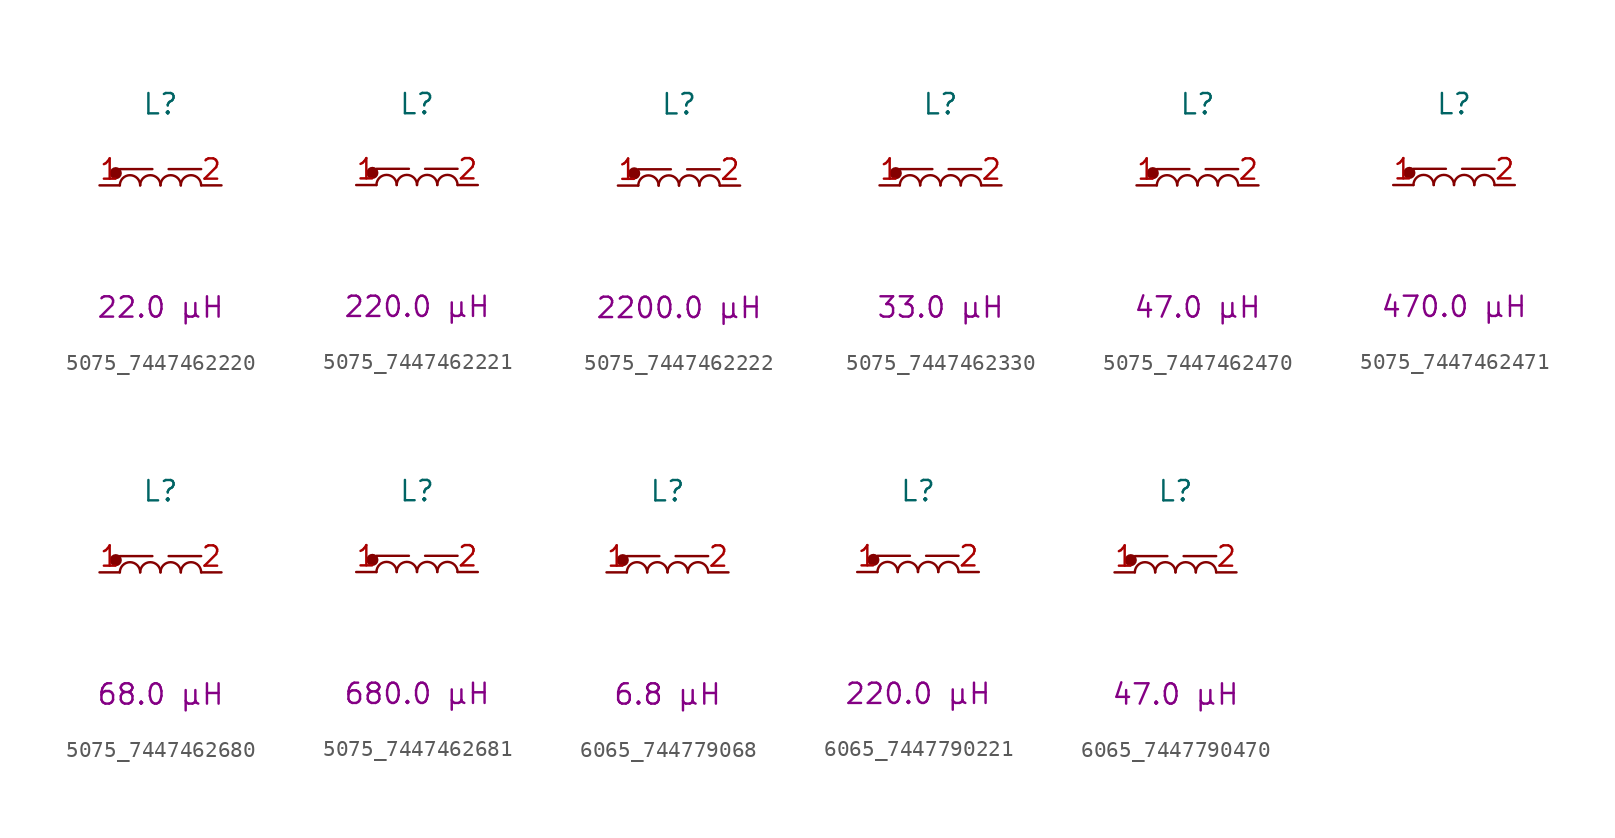
<source format=kicad_sym>
(kicad_symbol_lib
  (version 20220914)
  (generator kicad_symbol_editor)
  (symbol "5075_7447462220"
    (pin_names hide)
    (property "Reference" "L"
      (at 0 5.08 0)
      (effects (font (size 1.27 1.27))))
    (property "Critical Parameter" "22.0 µH"
      (at 0 -7.62 0)
      (effects (font (size 1.27 1.27))))
    (symbol "5075_7447462220_0_1"
      (arc (start -1.27 0) (mid -1.905 0.6323) (end -2.54 0) (stroke (width 0) (type default)) (fill (type none)))
      (arc (start 0 0) (mid -0.635 0.6323) (end -1.27 0) (stroke (width 0) (type default)) (fill (type none)))
      (polyline (pts (xy -2.54 1.016) (xy -0.508 1.016)) (stroke (width 0) (type default)) (fill (type none)))
      (arc (start 1.27 0) (mid 0.635 0.6323) (end 0 0) (stroke (width 0) (type default)) (fill (type none)))
      (arc (start 2.54 0) (mid 1.905 0.6323) (end 1.27 0) (stroke (width 0) (type default)) (fill (type none))))
    (symbol "5075_7447462220_1_1"
      (circle (center -2.794 0.762) (radius 0.0001) (stroke (width 0.381) (type default)) (fill (type none)))
      (polyline (pts (xy 2.54 1.016) (xy 0.508 1.016)) (stroke (width 0) (type default)) (fill (type none)))
      (pin passive line (at -3.81 0 0) (length 1.27) (name "1" (effects (font (size 1.27 1.27)))) (number "1" (effects (font (size 1.27 1.27)))))
      (pin passive line (at 3.81 0 180) (length 1.27) (name "2" (effects (font (size 1.27 1.27)))) (number "2" (effects (font (size 1.27 1.27)))))))
  (symbol "5075_7447462221"
    (pin_names hide)
    (property "Reference" "L"
      (at 0 5.08 0)
      (effects (font (size 1.27 1.27))))
    (property "Critical Parameter" "220.0 µH"
      (at 0 -7.62 0)
      (effects (font (size 1.27 1.27))))
    (symbol "5075_7447462221_0_1"
      (arc (start -1.27 0) (mid -1.905 0.6323) (end -2.54 0) (stroke (width 0) (type default)) (fill (type none)))
      (arc (start 0 0) (mid -0.635 0.6323) (end -1.27 0) (stroke (width 0) (type default)) (fill (type none)))
      (polyline (pts (xy -2.54 1.016) (xy -0.508 1.016)) (stroke (width 0) (type default)) (fill (type none)))
      (arc (start 1.27 0) (mid 0.635 0.6323) (end 0 0) (stroke (width 0) (type default)) (fill (type none)))
      (arc (start 2.54 0) (mid 1.905 0.6323) (end 1.27 0) (stroke (width 0) (type default)) (fill (type none))))
    (symbol "5075_7447462221_1_1"
      (circle (center -2.794 0.762) (radius 0.0001) (stroke (width 0.381) (type default)) (fill (type none)))
      (polyline (pts (xy 2.54 1.016) (xy 0.508 1.016)) (stroke (width 0) (type default)) (fill (type none)))
      (pin passive line (at -3.81 0 0) (length 1.27) (name "1" (effects (font (size 1.27 1.27)))) (number "1" (effects (font (size 1.27 1.27)))))
      (pin passive line (at 3.81 0 180) (length 1.27) (name "2" (effects (font (size 1.27 1.27)))) (number "2" (effects (font (size 1.27 1.27)))))))
  (symbol "5075_7447462222"
    (pin_names hide)
    (property "Reference" "L"
      (at 0 5.08 0)
      (effects (font (size 1.27 1.27))))
    (property "Critical Parameter" "2200.0 µH"
      (at 0 -7.62 0)
      (effects (font (size 1.27 1.27))))
    (symbol "5075_7447462222_0_1"
      (arc (start -1.27 0) (mid -1.905 0.6323) (end -2.54 0) (stroke (width 0) (type default)) (fill (type none)))
      (arc (start 0 0) (mid -0.635 0.6323) (end -1.27 0) (stroke (width 0) (type default)) (fill (type none)))
      (polyline (pts (xy -2.54 1.016) (xy -0.508 1.016)) (stroke (width 0) (type default)) (fill (type none)))
      (arc (start 1.27 0) (mid 0.635 0.6323) (end 0 0) (stroke (width 0) (type default)) (fill (type none)))
      (arc (start 2.54 0) (mid 1.905 0.6323) (end 1.27 0) (stroke (width 0) (type default)) (fill (type none))))
    (symbol "5075_7447462222_1_1"
      (circle (center -2.794 0.762) (radius 0.0001) (stroke (width 0.381) (type default)) (fill (type none)))
      (polyline (pts (xy 2.54 1.016) (xy 0.508 1.016)) (stroke (width 0) (type default)) (fill (type none)))
      (pin passive line (at -3.81 0 0) (length 1.27) (name "1" (effects (font (size 1.27 1.27)))) (number "1" (effects (font (size 1.27 1.27)))))
      (pin passive line (at 3.81 0 180) (length 1.27) (name "2" (effects (font (size 1.27 1.27)))) (number "2" (effects (font (size 1.27 1.27)))))))
  (symbol "5075_7447462330"
    (pin_names hide)
    (property "Reference" "L"
      (at 0 5.08 0)
      (effects (font (size 1.27 1.27))))
    (property "Critical Parameter" "33.0 µH"
      (at 0 -7.62 0)
      (effects (font (size 1.27 1.27))))
    (symbol "5075_7447462330_0_1"
      (arc (start -1.27 0) (mid -1.905 0.6323) (end -2.54 0) (stroke (width 0) (type default)) (fill (type none)))
      (arc (start 0 0) (mid -0.635 0.6323) (end -1.27 0) (stroke (width 0) (type default)) (fill (type none)))
      (polyline (pts (xy -2.54 1.016) (xy -0.508 1.016)) (stroke (width 0) (type default)) (fill (type none)))
      (arc (start 1.27 0) (mid 0.635 0.6323) (end 0 0) (stroke (width 0) (type default)) (fill (type none)))
      (arc (start 2.54 0) (mid 1.905 0.6323) (end 1.27 0) (stroke (width 0) (type default)) (fill (type none))))
    (symbol "5075_7447462330_1_1"
      (circle (center -2.794 0.762) (radius 0.0001) (stroke (width 0.381) (type default)) (fill (type none)))
      (polyline (pts (xy 2.54 1.016) (xy 0.508 1.016)) (stroke (width 0) (type default)) (fill (type none)))
      (pin passive line (at -3.81 0 0) (length 1.27) (name "1" (effects (font (size 1.27 1.27)))) (number "1" (effects (font (size 1.27 1.27)))))
      (pin passive line (at 3.81 0 180) (length 1.27) (name "2" (effects (font (size 1.27 1.27)))) (number "2" (effects (font (size 1.27 1.27)))))))
  (symbol "5075_7447462470"
    (pin_names hide)
    (property "Reference" "L"
      (at 0 5.08 0)
      (effects (font (size 1.27 1.27))))
    (property "Critical Parameter" "47.0 µH"
      (at 0 -7.62 0)
      (effects (font (size 1.27 1.27))))
    (symbol "5075_7447462470_0_1"
      (arc (start -1.27 0) (mid -1.905 0.6323) (end -2.54 0) (stroke (width 0) (type default)) (fill (type none)))
      (arc (start 0 0) (mid -0.635 0.6323) (end -1.27 0) (stroke (width 0) (type default)) (fill (type none)))
      (polyline (pts (xy -2.54 1.016) (xy -0.508 1.016)) (stroke (width 0) (type default)) (fill (type none)))
      (arc (start 1.27 0) (mid 0.635 0.6323) (end 0 0) (stroke (width 0) (type default)) (fill (type none)))
      (arc (start 2.54 0) (mid 1.905 0.6323) (end 1.27 0) (stroke (width 0) (type default)) (fill (type none))))
    (symbol "5075_7447462470_1_1"
      (circle (center -2.794 0.762) (radius 0.0001) (stroke (width 0.381) (type default)) (fill (type none)))
      (polyline (pts (xy 2.54 1.016) (xy 0.508 1.016)) (stroke (width 0) (type default)) (fill (type none)))
      (pin passive line (at -3.81 0 0) (length 1.27) (name "1" (effects (font (size 1.27 1.27)))) (number "1" (effects (font (size 1.27 1.27)))))
      (pin passive line (at 3.81 0 180) (length 1.27) (name "2" (effects (font (size 1.27 1.27)))) (number "2" (effects (font (size 1.27 1.27)))))))
  (symbol "5075_7447462471"
    (pin_names hide)
    (property "Reference" "L"
      (at 0 5.08 0)
      (effects (font (size 1.27 1.27))))
    (property "Critical Parameter" "470.0 µH"
      (at 0 -7.62 0)
      (effects (font (size 1.27 1.27))))
    (symbol "5075_7447462471_0_1"
      (arc (start -1.27 0) (mid -1.905 0.6323) (end -2.54 0) (stroke (width 0) (type default)) (fill (type none)))
      (arc (start 0 0) (mid -0.635 0.6323) (end -1.27 0) (stroke (width 0) (type default)) (fill (type none)))
      (polyline (pts (xy -2.54 1.016) (xy -0.508 1.016)) (stroke (width 0) (type default)) (fill (type none)))
      (arc (start 1.27 0) (mid 0.635 0.6323) (end 0 0) (stroke (width 0) (type default)) (fill (type none)))
      (arc (start 2.54 0) (mid 1.905 0.6323) (end 1.27 0) (stroke (width 0) (type default)) (fill (type none))))
    (symbol "5075_7447462471_1_1"
      (circle (center -2.794 0.762) (radius 0.0001) (stroke (width 0.381) (type default)) (fill (type none)))
      (polyline (pts (xy 2.54 1.016) (xy 0.508 1.016)) (stroke (width 0) (type default)) (fill (type none)))
      (pin passive line (at -3.81 0 0) (length 1.27) (name "1" (effects (font (size 1.27 1.27)))) (number "1" (effects (font (size 1.27 1.27)))))
      (pin passive line (at 3.81 0 180) (length 1.27) (name "2" (effects (font (size 1.27 1.27)))) (number "2" (effects (font (size 1.27 1.27)))))))
  (symbol "5075_7447462680"
    (pin_names hide)
    (property "Reference" "L"
      (at 0 5.08 0)
      (effects (font (size 1.27 1.27))))
    (property "Critical Parameter" "68.0 µH"
      (at 0 -7.62 0)
      (effects (font (size 1.27 1.27))))
    (symbol "5075_7447462680_0_1"
      (arc (start -1.27 0) (mid -1.905 0.6323) (end -2.54 0) (stroke (width 0) (type default)) (fill (type none)))
      (arc (start 0 0) (mid -0.635 0.6323) (end -1.27 0) (stroke (width 0) (type default)) (fill (type none)))
      (polyline (pts (xy -2.54 1.016) (xy -0.508 1.016)) (stroke (width 0) (type default)) (fill (type none)))
      (arc (start 1.27 0) (mid 0.635 0.6323) (end 0 0) (stroke (width 0) (type default)) (fill (type none)))
      (arc (start 2.54 0) (mid 1.905 0.6323) (end 1.27 0) (stroke (width 0) (type default)) (fill (type none))))
    (symbol "5075_7447462680_1_1"
      (circle (center -2.794 0.762) (radius 0.0001) (stroke (width 0.381) (type default)) (fill (type none)))
      (polyline (pts (xy 2.54 1.016) (xy 0.508 1.016)) (stroke (width 0) (type default)) (fill (type none)))
      (pin passive line (at -3.81 0 0) (length 1.27) (name "1" (effects (font (size 1.27 1.27)))) (number "1" (effects (font (size 1.27 1.27)))))
      (pin passive line (at 3.81 0 180) (length 1.27) (name "2" (effects (font (size 1.27 1.27)))) (number "2" (effects (font (size 1.27 1.27)))))))
  (symbol "5075_7447462681"
    (pin_names hide)
    (property "Reference" "L"
      (at 0 5.08 0)
      (effects (font (size 1.27 1.27))))
    (property "Critical Parameter" "680.0 µH"
      (at 0 -7.62 0)
      (effects (font (size 1.27 1.27))))
    (symbol "5075_7447462681_0_1"
      (arc (start -1.27 0) (mid -1.905 0.6323) (end -2.54 0) (stroke (width 0) (type default)) (fill (type none)))
      (arc (start 0 0) (mid -0.635 0.6323) (end -1.27 0) (stroke (width 0) (type default)) (fill (type none)))
      (polyline (pts (xy -2.54 1.016) (xy -0.508 1.016)) (stroke (width 0) (type default)) (fill (type none)))
      (arc (start 1.27 0) (mid 0.635 0.6323) (end 0 0) (stroke (width 0) (type default)) (fill (type none)))
      (arc (start 2.54 0) (mid 1.905 0.6323) (end 1.27 0) (stroke (width 0) (type default)) (fill (type none))))
    (symbol "5075_7447462681_1_1"
      (circle (center -2.794 0.762) (radius 0.0001) (stroke (width 0.381) (type default)) (fill (type none)))
      (polyline (pts (xy 2.54 1.016) (xy 0.508 1.016)) (stroke (width 0) (type default)) (fill (type none)))
      (pin passive line (at -3.81 0 0) (length 1.27) (name "1" (effects (font (size 1.27 1.27)))) (number "1" (effects (font (size 1.27 1.27)))))
      (pin passive line (at 3.81 0 180) (length 1.27) (name "2" (effects (font (size 1.27 1.27)))) (number "2" (effects (font (size 1.27 1.27)))))))
  (symbol "6065_744779068"
    (pin_names hide)
    (property "Reference" "L"
      (at 0 5.08 0)
      (effects (font (size 1.27 1.27))))
    (property "Critical Parameter" "6.8 µH"
      (at 0 -7.62 0)
      (effects (font (size 1.27 1.27))))
    (symbol "6065_744779068_0_1"
      (arc (start -1.27 0) (mid -1.905 0.6323) (end -2.54 0) (stroke (width 0) (type default)) (fill (type none)))
      (arc (start 0 0) (mid -0.635 0.6323) (end -1.27 0) (stroke (width 0) (type default)) (fill (type none)))
      (polyline (pts (xy -2.54 1.016) (xy -0.508 1.016)) (stroke (width 0) (type default)) (fill (type none)))
      (arc (start 1.27 0) (mid 0.635 0.6323) (end 0 0) (stroke (width 0) (type default)) (fill (type none)))
      (arc (start 2.54 0) (mid 1.905 0.6323) (end 1.27 0) (stroke (width 0) (type default)) (fill (type none))))
    (symbol "6065_744779068_1_1"
      (circle (center -2.794 0.762) (radius 0.0001) (stroke (width 0.381) (type default)) (fill (type none)))
      (polyline (pts (xy 2.54 1.016) (xy 0.508 1.016)) (stroke (width 0) (type default)) (fill (type none)))
      (pin passive line (at -3.81 0 0) (length 1.27) (name "1" (effects (font (size 1.27 1.27)))) (number "1" (effects (font (size 1.27 1.27)))))
      (pin passive line (at 3.81 0 180) (length 1.27) (name "2" (effects (font (size 1.27 1.27)))) (number "2" (effects (font (size 1.27 1.27)))))))
  (symbol "6065_7447790221"
    (pin_names hide)
    (property "Reference" "L"
      (at 0 5.08 0)
      (effects (font (size 1.27 1.27))))
    (property "Critical Parameter" "220.0 µH"
      (at 0 -7.62 0)
      (effects (font (size 1.27 1.27))))
    (symbol "6065_7447790221_0_1"
      (arc (start -1.27 0) (mid -1.905 0.6323) (end -2.54 0) (stroke (width 0) (type default)) (fill (type none)))
      (arc (start 0 0) (mid -0.635 0.6323) (end -1.27 0) (stroke (width 0) (type default)) (fill (type none)))
      (polyline (pts (xy -2.54 1.016) (xy -0.508 1.016)) (stroke (width 0) (type default)) (fill (type none)))
      (arc (start 1.27 0) (mid 0.635 0.6323) (end 0 0) (stroke (width 0) (type default)) (fill (type none)))
      (arc (start 2.54 0) (mid 1.905 0.6323) (end 1.27 0) (stroke (width 0) (type default)) (fill (type none))))
    (symbol "6065_7447790221_1_1"
      (circle (center -2.794 0.762) (radius 0.0001) (stroke (width 0.381) (type default)) (fill (type none)))
      (polyline (pts (xy 2.54 1.016) (xy 0.508 1.016)) (stroke (width 0) (type default)) (fill (type none)))
      (pin passive line (at -3.81 0 0) (length 1.27) (name "1" (effects (font (size 1.27 1.27)))) (number "1" (effects (font (size 1.27 1.27)))))
      (pin passive line (at 3.81 0 180) (length 1.27) (name "2" (effects (font (size 1.27 1.27)))) (number "2" (effects (font (size 1.27 1.27)))))))
  (symbol "6065_7447790470"
    (pin_names hide)
    (property "Reference" "L"
      (at 0 5.08 0)
      (effects (font (size 1.27 1.27))))
    (property "Critical Parameter" "47.0 µH"
      (at 0 -7.62 0)
      (effects (font (size 1.27 1.27))))
    (symbol "6065_7447790470_0_1"
      (arc (start -1.27 0) (mid -1.905 0.6323) (end -2.54 0) (stroke (width 0) (type default)) (fill (type none)))
      (arc (start 0 0) (mid -0.635 0.6323) (end -1.27 0) (stroke (width 0) (type default)) (fill (type none)))
      (polyline (pts (xy -2.54 1.016) (xy -0.508 1.016)) (stroke (width 0) (type default)) (fill (type none)))
      (arc (start 1.27 0) (mid 0.635 0.6323) (end 0 0) (stroke (width 0) (type default)) (fill (type none)))
      (arc (start 2.54 0) (mid 1.905 0.6323) (end 1.27 0) (stroke (width 0) (type default)) (fill (type none))))
    (symbol "6065_7447790470_1_1"
      (circle (center -2.794 0.762) (radius 0.0001) (stroke (width 0.381) (type default)) (fill (type none)))
      (polyline (pts (xy 2.54 1.016) (xy 0.508 1.016)) (stroke (width 0) (type default)) (fill (type none)))
      (pin passive line (at -3.81 0 0) (length 1.27) (name "1" (effects (font (size 1.27 1.27)))) (number "1" (effects (font (size 1.27 1.27)))))
      (pin passive line (at 3.81 0 180) (length 1.27) (name "2" (effects (font (size 1.27 1.27)))) (number "2" (effects (font (size 1.27 1.27))))))))
</source>
